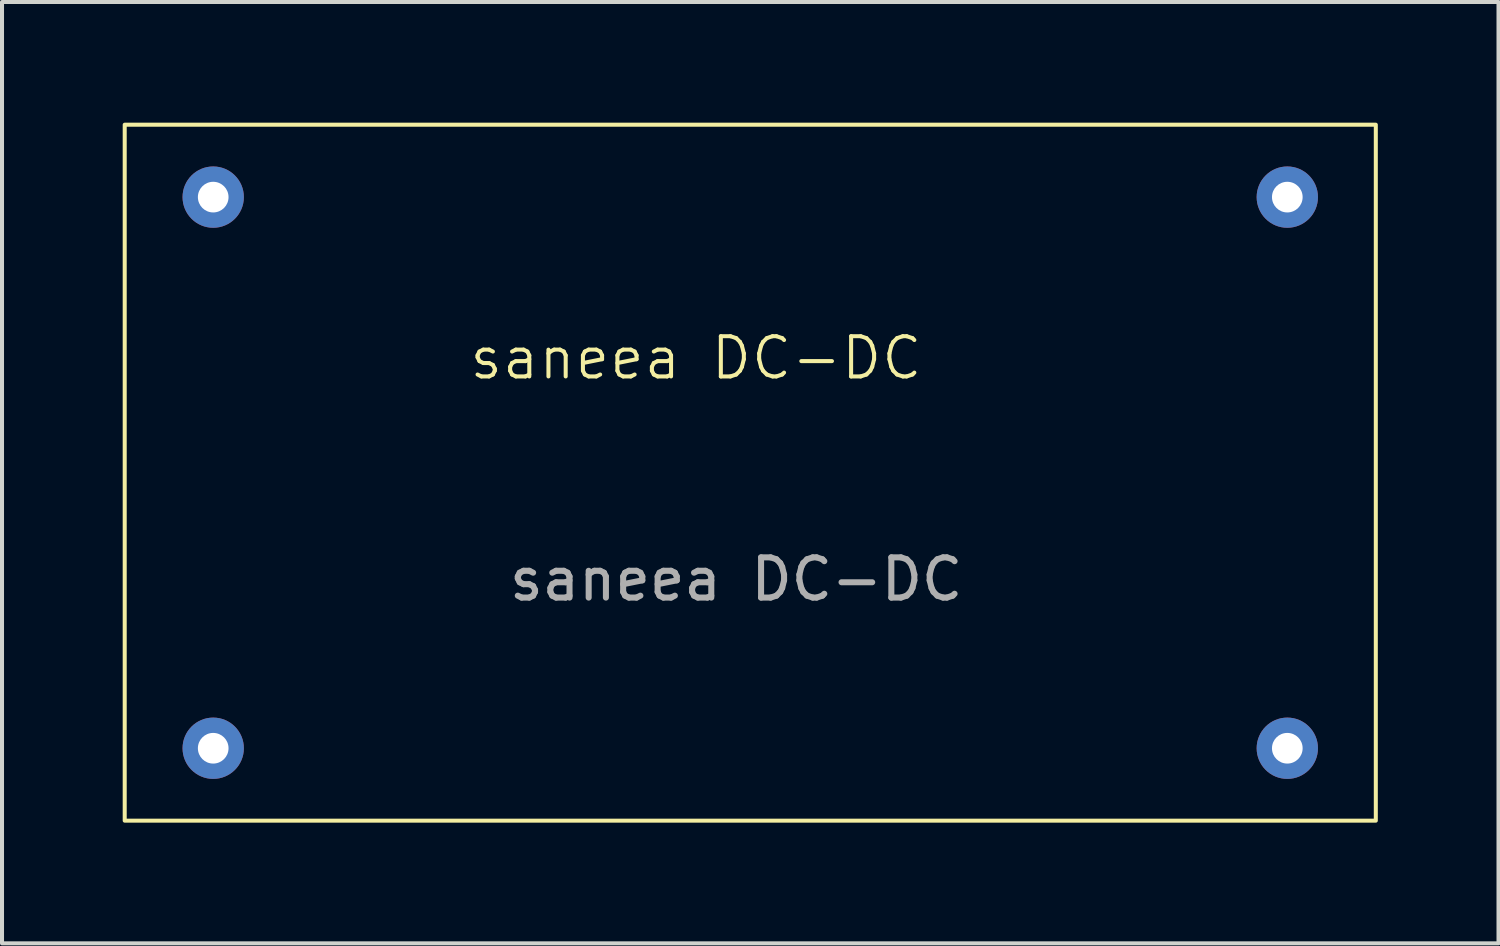
<source format=kicad_pcb>
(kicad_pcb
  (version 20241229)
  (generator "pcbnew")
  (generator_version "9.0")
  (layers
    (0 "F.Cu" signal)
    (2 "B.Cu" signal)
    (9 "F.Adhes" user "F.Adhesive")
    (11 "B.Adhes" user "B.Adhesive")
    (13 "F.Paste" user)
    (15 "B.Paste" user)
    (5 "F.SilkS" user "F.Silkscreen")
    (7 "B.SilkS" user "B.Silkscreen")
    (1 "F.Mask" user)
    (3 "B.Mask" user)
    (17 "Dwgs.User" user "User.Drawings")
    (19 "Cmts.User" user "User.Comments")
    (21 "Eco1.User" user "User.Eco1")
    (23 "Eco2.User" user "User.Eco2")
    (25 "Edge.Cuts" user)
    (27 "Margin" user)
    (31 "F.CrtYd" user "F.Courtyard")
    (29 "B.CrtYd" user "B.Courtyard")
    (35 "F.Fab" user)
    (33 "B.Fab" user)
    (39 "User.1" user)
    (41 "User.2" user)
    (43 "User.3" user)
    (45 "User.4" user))
  (footprint "saneea DC-DC"
    (layer "F.Cu")
    (at 2.25 1.85)
    (property "Reference" "saneea DC-DC" (at 12 4 0) (unlocked yes) (layer "F.SilkS") (effects (font (size 1 1) (thickness 0.1))))
    (attr through_hole)
    (fp_rect (start -2.2 -1.8) (end 28.9 15.5) (stroke (width 0.1) (type default)) (fill no) (layer "F.SilkS"))
    (fp_text user "${REFERENCE}" (at 13 9.5 0) (unlocked yes) (layer "F.Fab") (effects (font (size 1 1) (thickness 0.15))))
    (pad "1" thru_hole circle (at 0 0) (size 1.524 1.524) (drill 0.762) (layers "*.Cu" "*.Mask"))
    (pad "2" thru_hole circle (at 0 13.7) (size 1.524 1.524) (drill 0.762) (layers "*.Cu" "*.Mask"))
    (pad "3" thru_hole circle (at 26.7 13.7) (size 1.524 1.524) (drill 0.762) (layers "*.Cu" "*.Mask"))
    (pad "4" thru_hole circle (at 26.7 0 90) (size 1.524 1.524) (drill 0.762) (layers "*.Cu" "*.Mask")))
  (gr_rect
    (start -3 -3)
    (end 34.2 20.4)
    (stroke (width 0.1) (type default))
    (fill no)
    (layer "Edge.Cuts")))
</source>
